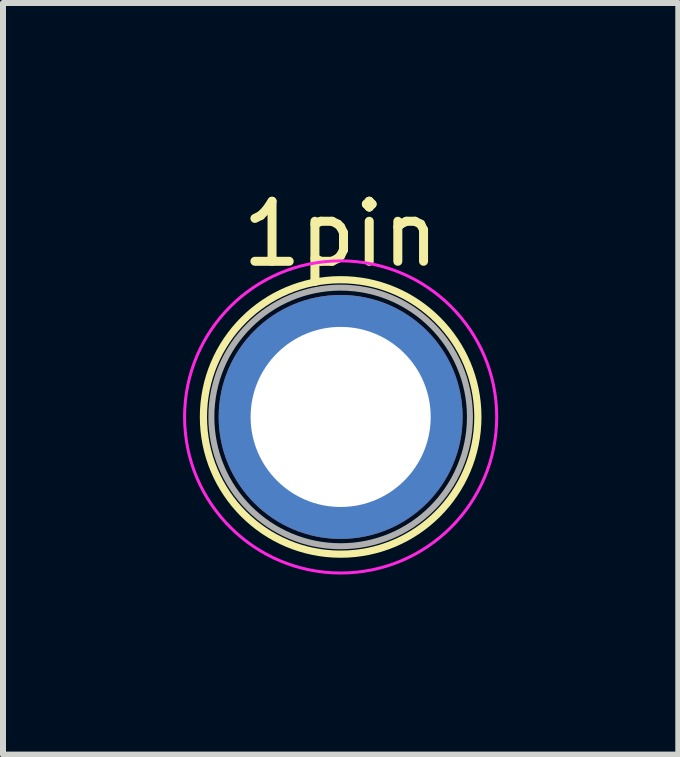
<source format=kicad_pcb>
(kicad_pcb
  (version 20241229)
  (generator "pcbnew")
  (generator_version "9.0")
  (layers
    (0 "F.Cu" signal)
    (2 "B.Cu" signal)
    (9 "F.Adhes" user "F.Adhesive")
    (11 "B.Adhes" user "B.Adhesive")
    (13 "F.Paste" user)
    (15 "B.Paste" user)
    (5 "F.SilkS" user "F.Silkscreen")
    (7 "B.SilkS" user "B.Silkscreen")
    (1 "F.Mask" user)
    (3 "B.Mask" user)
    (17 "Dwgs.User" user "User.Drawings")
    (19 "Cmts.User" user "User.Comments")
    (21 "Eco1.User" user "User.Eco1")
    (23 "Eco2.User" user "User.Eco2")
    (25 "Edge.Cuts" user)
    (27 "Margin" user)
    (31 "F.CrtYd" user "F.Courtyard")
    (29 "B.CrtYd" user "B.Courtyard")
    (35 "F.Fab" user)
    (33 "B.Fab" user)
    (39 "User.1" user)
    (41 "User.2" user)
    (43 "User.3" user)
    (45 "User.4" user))
  (footprint "1pin"
    (layer "F.Cu")
    (at 2.625 3.896)
    (property "Reference" "1pin" (at 0 -3.048 0) (layer "F.SilkS") (effects (font (size 1 1) (thickness 0.15))))
    (attr through_hole)
    (fp_circle (center 0 0) (end 0 -2.286) (stroke (width 0.12) (type solid)) (fill no) (layer "F.SilkS"))
    (fp_circle (center 0 0) (end 2.6 0) (stroke (width 0.05) (type solid)) (fill no) (layer "F.CrtYd"))
    (fp_circle (center 0 0) (end 2 0.8) (stroke (width 0.1) (type solid)) (fill no) (layer "F.Fab"))
    (pad "1" thru_hole circle (at 0 0) (size 4.064 4.064) (drill 3) (layers "*.Cu" "*.Mask")))
  (gr_rect
    (start -3 -3)
    (end 8.25 9.521)
    (stroke (width 0.1) (type default))
    (fill no)
    (layer "Edge.Cuts")))
</source>
